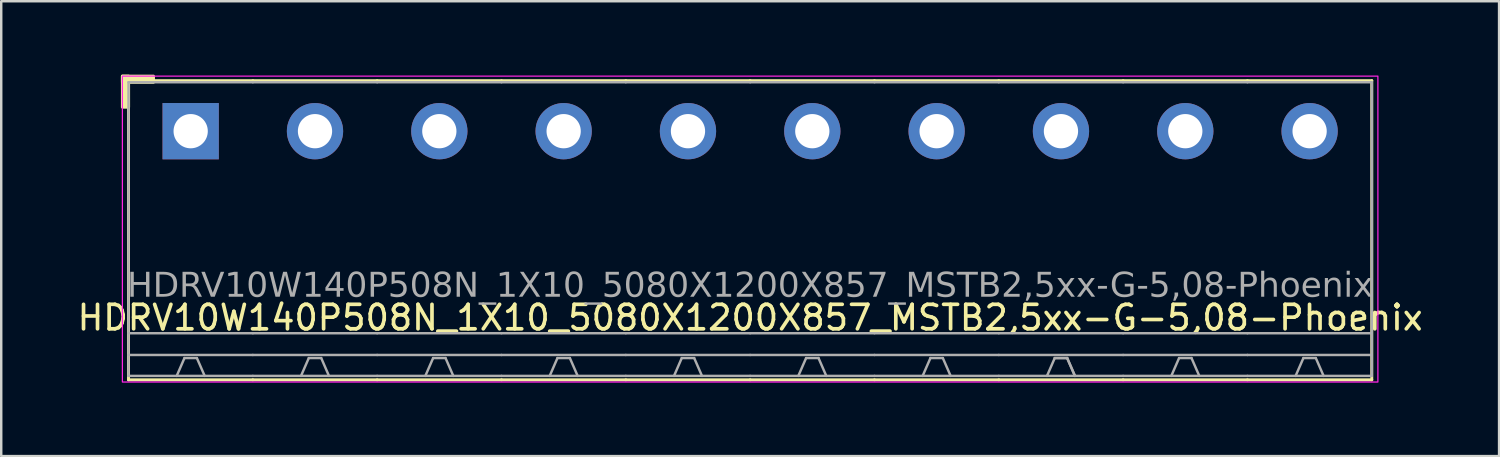
<source format=kicad_pcb>
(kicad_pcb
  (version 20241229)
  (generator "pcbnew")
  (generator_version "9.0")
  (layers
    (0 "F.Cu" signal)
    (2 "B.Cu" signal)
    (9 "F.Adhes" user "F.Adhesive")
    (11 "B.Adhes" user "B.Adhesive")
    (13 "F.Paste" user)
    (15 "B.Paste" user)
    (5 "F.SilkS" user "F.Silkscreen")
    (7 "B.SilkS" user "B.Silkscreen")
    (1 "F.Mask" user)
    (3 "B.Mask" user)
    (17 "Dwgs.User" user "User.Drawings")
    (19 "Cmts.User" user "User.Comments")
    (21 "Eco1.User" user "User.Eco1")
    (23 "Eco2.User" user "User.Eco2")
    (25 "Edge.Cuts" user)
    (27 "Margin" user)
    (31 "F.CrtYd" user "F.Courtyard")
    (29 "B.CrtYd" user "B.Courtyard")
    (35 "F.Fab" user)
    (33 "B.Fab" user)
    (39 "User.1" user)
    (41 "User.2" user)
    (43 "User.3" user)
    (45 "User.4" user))
  (footprint "HDRV10W140P508N_1X10_5080X1200X857_MSTB2,5xx-G-5,08-Phoenix"
    (layer "F.Cu")
    (at 27.601 2.31)
    (property "Reference" "HDRV10W140P508N_1X10_5080X1200X857_MSTB2,5xx-G-5,08-Phoenix" (at 0 7.62 0) (layer "F.SilkS") (effects (font (size 1 1) (thickness 0.15))))
    (attr through_hole)
    (fp_line (start -25.4 -2.065) (end -25.4 10.16) (stroke (width 0.12) (type solid)) (layer "F.SilkS"))
    (fp_line (start -25.4 10.16) (end -20.32 10.16) (stroke (width 0.12) (type solid)) (layer "F.SilkS"))
    (fp_line (start -20.32 -2.065) (end -25.4 -2.065) (stroke (width 0.12) (type solid)) (layer "F.SilkS"))
    (fp_line (start -20.32 -2.065) (end -15.24 -2.065) (stroke (width 0.12) (type solid)) (layer "F.SilkS"))
    (fp_line (start -15.24 -2.065) (end -10.16 -2.065) (stroke (width 0.12) (type solid)) (layer "F.SilkS"))
    (fp_line (start -15.24 10.16) (end -20.32 10.16) (stroke (width 0.12) (type solid)) (layer "F.SilkS"))
    (fp_line (start -10.16 -2.065) (end -5.08 -2.065) (stroke (width 0.12) (type solid)) (layer "F.SilkS"))
    (fp_line (start -10.16 10.16) (end -15.24 10.16) (stroke (width 0.12) (type solid)) (layer "F.SilkS"))
    (fp_line (start -5.08 -2.065) (end 0 -2.065) (stroke (width 0.12) (type solid)) (layer "F.SilkS"))
    (fp_line (start -5.08 10.16) (end -10.16 10.16) (stroke (width 0.12) (type solid)) (layer "F.SilkS"))
    (fp_line (start 0 -2.065) (end 5.08 -2.065) (stroke (width 0.12) (type solid)) (layer "F.SilkS"))
    (fp_line (start 0 10.16) (end -5.08 10.16) (stroke (width 0.12) (type solid)) (layer "F.SilkS"))
    (fp_line (start 5.08 -2.065) (end 10.16 -2.065) (stroke (width 0.12) (type solid)) (layer "F.SilkS"))
    (fp_line (start 5.08 10.16) (end 0 10.16) (stroke (width 0.12) (type solid)) (layer "F.SilkS"))
    (fp_line (start 10.16 -2.065) (end 15.24 -2.065) (stroke (width 0.12) (type solid)) (layer "F.SilkS"))
    (fp_line (start 10.16 10.16) (end 5.08 10.16) (stroke (width 0.12) (type solid)) (layer "F.SilkS"))
    (fp_line (start 15.24 -2.065) (end 20.32 -2.065) (stroke (width 0.12) (type solid)) (layer "F.SilkS"))
    (fp_line (start 15.24 10.16) (end 10.16 10.16) (stroke (width 0.12) (type solid)) (layer "F.SilkS"))
    (fp_line (start 20.32 -2.065) (end 25.4 -2.065) (stroke (width 0.12) (type solid)) (layer "F.SilkS"))
    (fp_line (start 20.32 10.16) (end 15.24 10.16) (stroke (width 0.12) (type solid)) (layer "F.SilkS"))
    (fp_line (start 25.4 -2.065) (end 25.4 10.16) (stroke (width 0.12) (type solid)) (layer "F.SilkS"))
    (fp_line (start 25.4 10.16) (end 20.32 10.16) (stroke (width 0.12) (type solid)) (layer "F.SilkS"))
    (fp_rect (start -25.65 -2.25) (end -25.396 -0.98) (stroke (width 0.12) (type solid)) (fill yes) (layer "F.SilkS"))
    (fp_rect (start -25.65 -2.25) (end -24.38 -1.996) (stroke (width 0.12) (type solid)) (fill yes) (layer "F.SilkS"))
    (fp_rect (start -25.65 -2.25) (end 25.65 10.25) (stroke (width 0.05) (type default)) (fill no) (layer "F.CrtYd"))
    (fp_line (start -25.4 -2) (end -25.4 10) (stroke (width 0.1) (type solid)) (layer "F.Fab"))
    (fp_line (start -23.114 9.271) (end -23.431 10) (stroke (width 0.1) (type default)) (layer "F.Fab"))
    (fp_line (start -22.606 9.271) (end -23.114 9.271) (stroke (width 0.1) (type default)) (layer "F.Fab"))
    (fp_line (start -22.606 9.271) (end -22.288 10) (stroke (width 0.1) (type default)) (layer "F.Fab"))
    (fp_line (start -20.32 -2) (end -25.4 -2) (stroke (width 0.1) (type solid)) (layer "F.Fab"))
    (fp_line (start -20.32 -2) (end -15.24 -2) (stroke (width 0.1) (type solid)) (layer "F.Fab"))
    (fp_line (start -20.32 8.255) (end -25.4 8.255) (stroke (width 0.1) (type solid)) (layer "F.Fab"))
    (fp_line (start -20.32 8.255) (end -15.24 8.255) (stroke (width 0.1) (type solid)) (layer "F.Fab"))
    (fp_line (start -20.32 9.144) (end -25.4 9.144) (stroke (width 0.1) (type solid)) (layer "F.Fab"))
    (fp_line (start -20.32 9.144) (end -15.24 9.144) (stroke (width 0.1) (type solid)) (layer "F.Fab"))
    (fp_line (start -20.32 10) (end -25.4 10) (stroke (width 0.1) (type solid)) (layer "F.Fab"))
    (fp_line (start -20.32 10) (end -15.24 10) (stroke (width 0.1) (type solid)) (layer "F.Fab"))
    (fp_line (start -18.034 9.271) (end -18.352 10) (stroke (width 0.1) (type default)) (layer "F.Fab"))
    (fp_line (start -17.526 9.271) (end -18.034 9.271) (stroke (width 0.1) (type default)) (layer "F.Fab"))
    (fp_line (start -17.526 9.271) (end -17.209 10) (stroke (width 0.1) (type default)) (layer "F.Fab"))
    (fp_line (start -15.24 -2) (end -10.16 -2) (stroke (width 0.1) (type solid)) (layer "F.Fab"))
    (fp_line (start -15.24 8.255) (end -10.16 8.255) (stroke (width 0.1) (type solid)) (layer "F.Fab"))
    (fp_line (start -15.24 9.144) (end -10.16 9.144) (stroke (width 0.1) (type solid)) (layer "F.Fab"))
    (fp_line (start -15.24 10) (end -10.16 10) (stroke (width 0.1) (type solid)) (layer "F.Fab"))
    (fp_line (start -12.954 9.271) (end -13.271 10) (stroke (width 0.1) (type default)) (layer "F.Fab"))
    (fp_line (start -12.446 9.271) (end -12.954 9.271) (stroke (width 0.1) (type default)) (layer "F.Fab"))
    (fp_line (start -12.446 9.271) (end -12.129 10) (stroke (width 0.1) (type default)) (layer "F.Fab"))
    (fp_line (start -10.16 -2) (end -5.08 -2) (stroke (width 0.1) (type solid)) (layer "F.Fab"))
    (fp_line (start -10.16 8.255) (end -5.08 8.255) (stroke (width 0.1) (type solid)) (layer "F.Fab"))
    (fp_line (start -10.16 9.144) (end -5.08 9.144) (stroke (width 0.1) (type solid)) (layer "F.Fab"))
    (fp_line (start -10.16 10) (end -5.08 10) (stroke (width 0.1) (type solid)) (layer "F.Fab"))
    (fp_line (start -7.874 9.271) (end -8.191 10) (stroke (width 0.1) (type default)) (layer "F.Fab"))
    (fp_line (start -7.366 9.271) (end -7.874 9.271) (stroke (width 0.1) (type default)) (layer "F.Fab"))
    (fp_line (start -7.366 9.271) (end -7.048 10) (stroke (width 0.1) (type default)) (layer "F.Fab"))
    (fp_line (start -5.08 -2) (end 0 -2) (stroke (width 0.1) (type solid)) (layer "F.Fab"))
    (fp_line (start -5.08 8.255) (end 0 8.255) (stroke (width 0.1) (type solid)) (layer "F.Fab"))
    (fp_line (start -5.08 9.144) (end 0 9.144) (stroke (width 0.1) (type solid)) (layer "F.Fab"))
    (fp_line (start -5.08 10) (end 0 10) (stroke (width 0.1) (type solid)) (layer "F.Fab"))
    (fp_line (start -2.794 9.271) (end -3.111 10) (stroke (width 0.1) (type default)) (layer "F.Fab"))
    (fp_line (start -2.286 9.271) (end -2.794 9.271) (stroke (width 0.1) (type default)) (layer "F.Fab"))
    (fp_line (start -2.286 9.271) (end -1.968 10) (stroke (width 0.1) (type default)) (layer "F.Fab"))
    (fp_line (start 0 -2) (end 5.08 -2) (stroke (width 0.1) (type solid)) (layer "F.Fab"))
    (fp_line (start 0 8.255) (end 5.08 8.255) (stroke (width 0.1) (type solid)) (layer "F.Fab"))
    (fp_line (start 0 9.144) (end 5.08 9.144) (stroke (width 0.1) (type solid)) (layer "F.Fab"))
    (fp_line (start 0 10) (end 5.08 10) (stroke (width 0.1) (type solid)) (layer "F.Fab"))
    (fp_line (start 2.286 9.271) (end 1.968 10) (stroke (width 0.1) (type default)) (layer "F.Fab"))
    (fp_line (start 2.794 9.271) (end 2.286 9.271) (stroke (width 0.1) (type default)) (layer "F.Fab"))
    (fp_line (start 2.794 9.271) (end 3.111 10) (stroke (width 0.1) (type default)) (layer "F.Fab"))
    (fp_line (start 5.08 -2) (end 10.16 -2) (stroke (width 0.1) (type solid)) (layer "F.Fab"))
    (fp_line (start 5.08 8.255) (end 10.16 8.255) (stroke (width 0.1) (type solid)) (layer "F.Fab"))
    (fp_line (start 5.08 9.144) (end 10.16 9.144) (stroke (width 0.1) (type solid)) (layer "F.Fab"))
    (fp_line (start 5.08 10) (end 10.16 10) (stroke (width 0.1) (type solid)) (layer "F.Fab"))
    (fp_line (start 7.366 9.271) (end 7.048 10) (stroke (width 0.1) (type default)) (layer "F.Fab"))
    (fp_line (start 7.874 9.271) (end 7.366 9.271) (stroke (width 0.1) (type default)) (layer "F.Fab"))
    (fp_line (start 7.874 9.271) (end 8.191 10) (stroke (width 0.1) (type default)) (layer "F.Fab"))
    (fp_line (start 10.16 -2) (end 15.24 -2) (stroke (width 0.1) (type solid)) (layer "F.Fab"))
    (fp_line (start 10.16 8.255) (end 15.24 8.255) (stroke (width 0.1) (type solid)) (layer "F.Fab"))
    (fp_line (start 10.16 9.144) (end 15.24 9.144) (stroke (width 0.1) (type solid)) (layer "F.Fab"))
    (fp_line (start 10.16 10) (end 15.24 10) (stroke (width 0.1) (type solid)) (layer "F.Fab"))
    (fp_line (start 12.446 9.271) (end 12.129 10) (stroke (width 0.1) (type default)) (layer "F.Fab"))
    (fp_line (start 12.954 9.271) (end 12.446 9.271) (stroke (width 0.1) (type default)) (layer "F.Fab"))
    (fp_line (start 12.954 9.271) (end 12.446 9.271) (stroke (width 0.1) (type default)) (layer "F.Fab"))
    (fp_line (start 12.954 9.271) (end 13.271 10) (stroke (width 0.1) (type default)) (layer "F.Fab"))
    (fp_line (start 12.954 9.271) (end 13.271 10) (stroke (width 0.1) (type default)) (layer "F.Fab"))
    (fp_line (start 15.24 -2) (end 20.32 -2) (stroke (width 0.1) (type solid)) (layer "F.Fab"))
    (fp_line (start 15.24 8.255) (end 20.32 8.255) (stroke (width 0.1) (type solid)) (layer "F.Fab"))
    (fp_line (start 15.24 9.144) (end 20.32 9.144) (stroke (width 0.1) (type solid)) (layer "F.Fab"))
    (fp_line (start 15.24 10) (end 20.32 10) (stroke (width 0.1) (type solid)) (layer "F.Fab"))
    (fp_line (start 17.526 9.271) (end 17.209 10) (stroke (width 0.1) (type default)) (layer "F.Fab"))
    (fp_line (start 18.034 9.271) (end 17.526 9.271) (stroke (width 0.1) (type default)) (layer "F.Fab"))
    (fp_line (start 18.034 9.271) (end 18.352 10) (stroke (width 0.1) (type default)) (layer "F.Fab"))
    (fp_line (start 20.32 -2) (end 25.4 -2) (stroke (width 0.1) (type solid)) (layer "F.Fab"))
    (fp_line (start 20.32 8.255) (end 25.4 8.255) (stroke (width 0.1) (type solid)) (layer "F.Fab"))
    (fp_line (start 20.32 9.144) (end 25.4 9.144) (stroke (width 0.1) (type solid)) (layer "F.Fab"))
    (fp_line (start 20.32 10) (end 25.4 10) (stroke (width 0.1) (type solid)) (layer "F.Fab"))
    (fp_line (start 22.606 9.271) (end 22.288 10) (stroke (width 0.1) (type default)) (layer "F.Fab"))
    (fp_line (start 23.114 9.271) (end 22.606 9.271) (stroke (width 0.1) (type default)) (layer "F.Fab"))
    (fp_line (start 23.114 9.271) (end 23.431 10) (stroke (width 0.1) (type default)) (layer "F.Fab"))
    (fp_line (start 25.4 -2) (end 25.4 10) (stroke (width 0.1) (type solid)) (layer "F.Fab"))
    (fp_rect (start -23.114 -0.254) (end -22.606 0.254) (stroke (width 0.1) (type solid)) (fill no) (layer "F.Fab"))
    (fp_rect (start -17.526 -0.254) (end -18.034 0.254) (stroke (width 0.1) (type solid)) (fill no) (layer "F.Fab"))
    (fp_rect (start -12.446 -0.254) (end -12.954 0.254) (stroke (width 0.1) (type solid)) (fill no) (layer "F.Fab"))
    (fp_rect (start -7.366 -0.254) (end -7.874 0.254) (stroke (width 0.1) (type solid)) (fill no) (layer "F.Fab"))
    (fp_rect (start -2.286 -0.254) (end -2.794 0.254) (stroke (width 0.1) (type solid)) (fill no) (layer "F.Fab"))
    (fp_rect (start 2.794 -0.254) (end 2.286 0.254) (stroke (width 0.1) (type solid)) (fill no) (layer "F.Fab"))
    (fp_rect (start 7.874 -0.254) (end 7.366 0.254) (stroke (width 0.1) (type solid)) (fill no) (layer "F.Fab"))
    (fp_rect (start 12.954 -0.254) (end 12.446 0.254) (stroke (width 0.1) (type solid)) (fill no) (layer "F.Fab"))
    (fp_rect (start 18.034 -0.254) (end 17.526 0.254) (stroke (width 0.1) (type solid)) (fill no) (layer "F.Fab"))
    (fp_rect (start 23.114 -0.254) (end 22.606 0.254) (stroke (width 0.1) (type solid)) (fill no) (layer "F.Fab"))
    (fp_text user "${REFERENCE}" (at 0 6.35 0) (layer "F.Fab") (effects (font (face "Tahoma") (size 1 1) (thickness 0.15))))
    (pad "1" thru_hole rect (at -22.86 0) (size 2.3 2.3) (drill 1.4) (layers "*.Cu" "*.Mask"))
    (pad "2" thru_hole circle (at -17.78 0) (size 2.3 2.3) (drill 1.4) (layers "*.Cu" "*.Mask"))
    (pad "3" thru_hole circle (at -12.7 0) (size 2.3 2.3) (drill 1.4) (layers "*.Cu" "*.Mask"))
    (pad "4" thru_hole circle (at -7.62 0) (size 2.3 2.3) (drill 1.4) (layers "*.Cu" "*.Mask"))
    (pad "5" thru_hole circle (at -2.54 0) (size 2.3 2.3) (drill 1.4) (layers "*.Cu" "*.Mask"))
    (pad "6" thru_hole circle (at 2.54 0) (size 2.3 2.3) (drill 1.4) (layers "*.Cu" "*.Mask"))
    (pad "7" thru_hole circle (at 7.62 0) (size 2.3 2.3) (drill 1.4) (layers "*.Cu" "*.Mask"))
    (pad "8" thru_hole circle (at 12.7 0) (size 2.3 2.3) (drill 1.4) (layers "*.Cu" "*.Mask"))
    (pad "9" thru_hole circle (at 17.78 0) (size 2.3 2.3) (drill 1.4) (layers "*.Cu" "*.Mask"))
    (pad "10" thru_hole circle (at 22.86 0) (size 2.3 2.3) (drill 1.4) (layers "*.Cu" "*.Mask")))
  (gr_rect
    (start -3 -3)
    (end 58.202 15.585)
    (stroke (width 0.1) (type default))
    (fill no)
    (layer "Edge.Cuts")))
</source>
